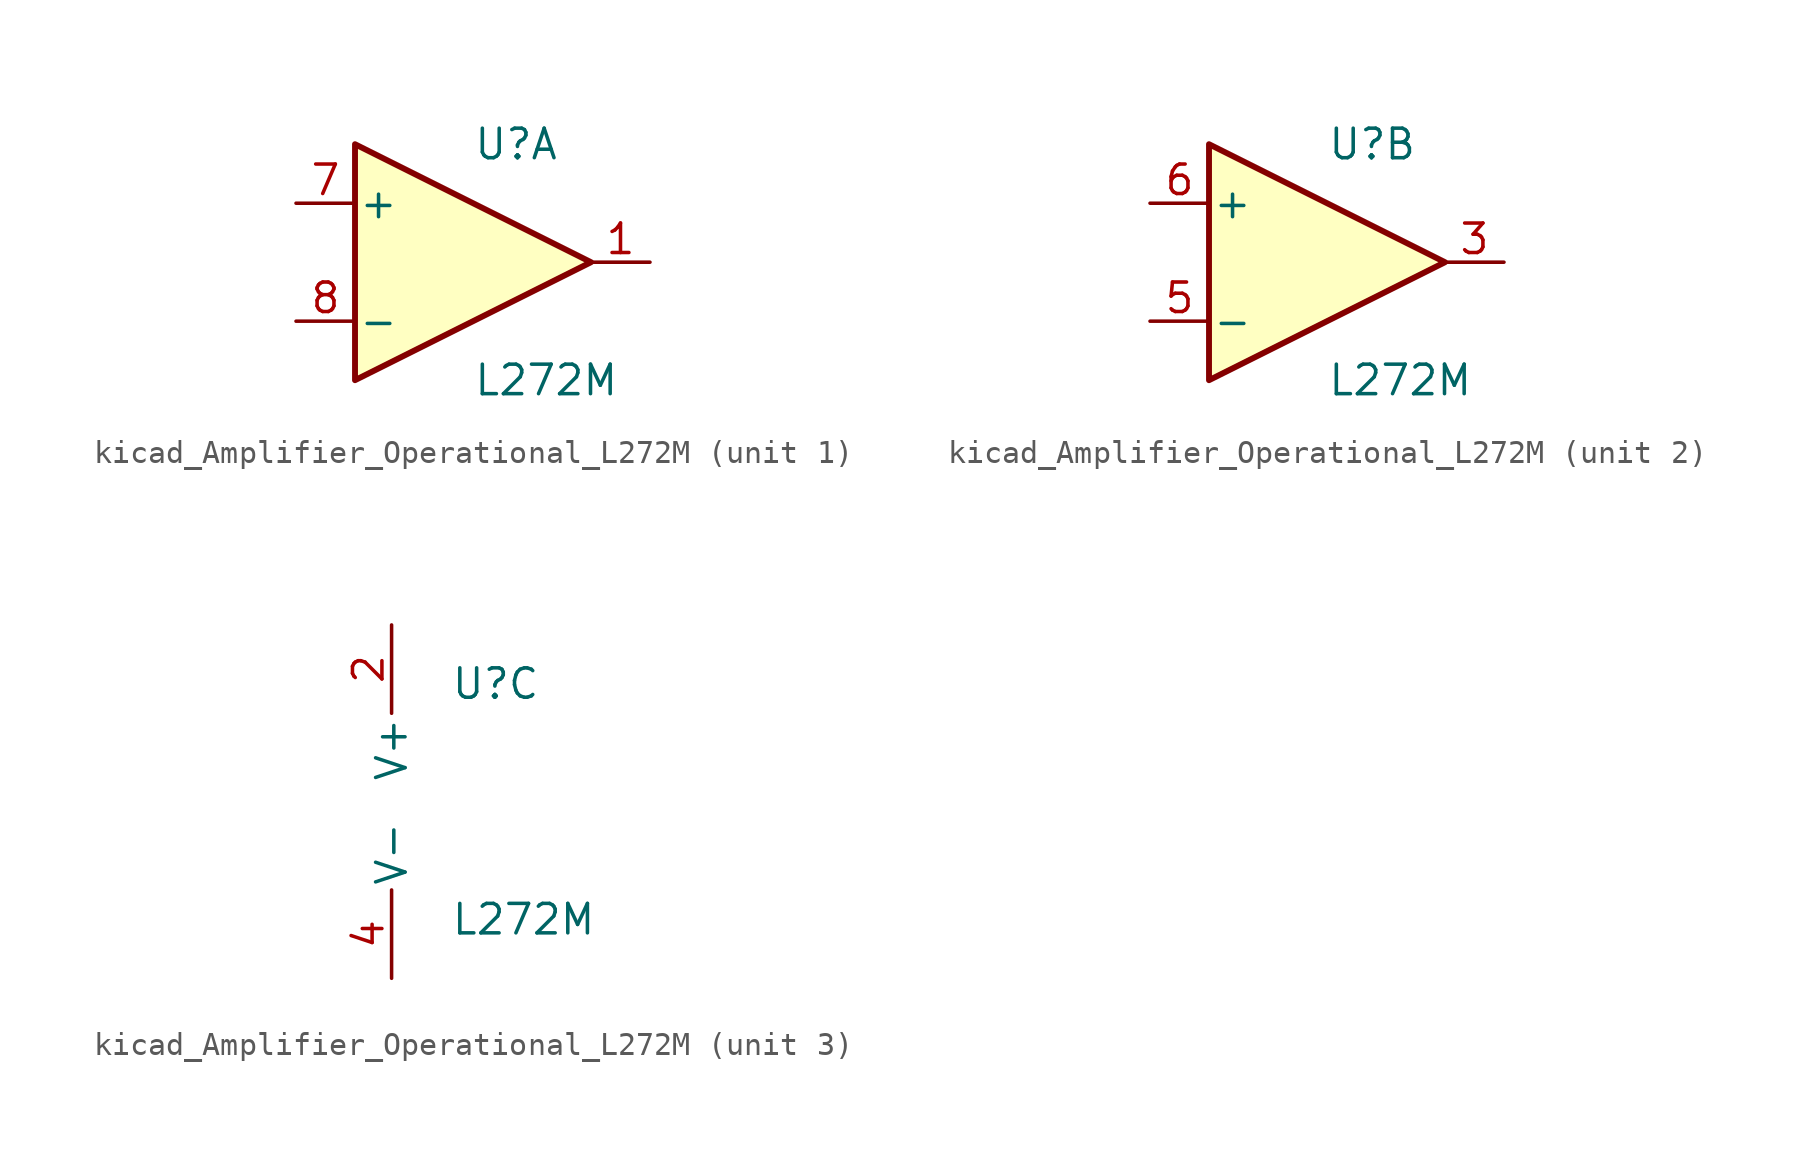
<source format=kicad_sym>
(kicad_symbol_lib
  (version 20220914)
  (generator kicad_symbol_editor)
  (symbol "kicad_Amplifier_Operational_L272M"
    (pin_names
      (offset 0.127))
    (property "Reference" "U"
      (at 0 5.08 0)
      (effects (font (size 1.27 1.27)) (justify left)))
    (property "Value" "L272M"
      (at 0 -5.08 0)
      (effects (font (size 1.27 1.27)) (justify left)))
    (property "ki_locked" ""
      (at 0 0 0)
      (effects (font (size 1.27 1.27))))
    (symbol "kicad_Amplifier_Operational_L272M_1_1"
      (polyline (pts (xy -5.08 5.08) (xy 5.08 0) (xy -5.08 -5.08) (xy -5.08 5.08)) (stroke (width 0.254) (type default)) (fill (type background)))
      (pin output line (at 7.62 0 180) (length 2.54) (name "~" (effects (font (size 1.27 1.27)))) (number "1" (effects (font (size 1.27 1.27)))))
      (pin input line (at -7.62 2.54 0) (length 2.54) (name "+" (effects (font (size 1.27 1.27)))) (number "7" (effects (font (size 1.27 1.27)))))
      (pin input line (at -7.62 -2.54 0) (length 2.54) (name "-" (effects (font (size 1.27 1.27)))) (number "8" (effects (font (size 1.27 1.27))))))
    (symbol "kicad_Amplifier_Operational_L272M_2_1"
      (polyline (pts (xy -5.08 5.08) (xy 5.08 0) (xy -5.08 -5.08) (xy -5.08 5.08)) (stroke (width 0.254) (type default)) (fill (type background)))
      (pin output line (at 7.62 0 180) (length 2.54) (name "~" (effects (font (size 1.27 1.27)))) (number "3" (effects (font (size 1.27 1.27)))))
      (pin input line (at -7.62 -2.54 0) (length 2.54) (name "-" (effects (font (size 1.27 1.27)))) (number "5" (effects (font (size 1.27 1.27)))))
      (pin input line (at -7.62 2.54 0) (length 2.54) (name "+" (effects (font (size 1.27 1.27)))) (number "6" (effects (font (size 1.27 1.27))))))
    (symbol "kicad_Amplifier_Operational_L272M_3_1"
      (pin power_in line (at -2.54 7.62 270) (length 3.81) (name "V+" (effects (font (size 1.27 1.27)))) (number "2" (effects (font (size 1.27 1.27)))))
      (pin power_in line (at -2.54 -7.62 90) (length 3.81) (name "V-" (effects (font (size 1.27 1.27)))) (number "4" (effects (font (size 1.27 1.27))))))))
</source>
